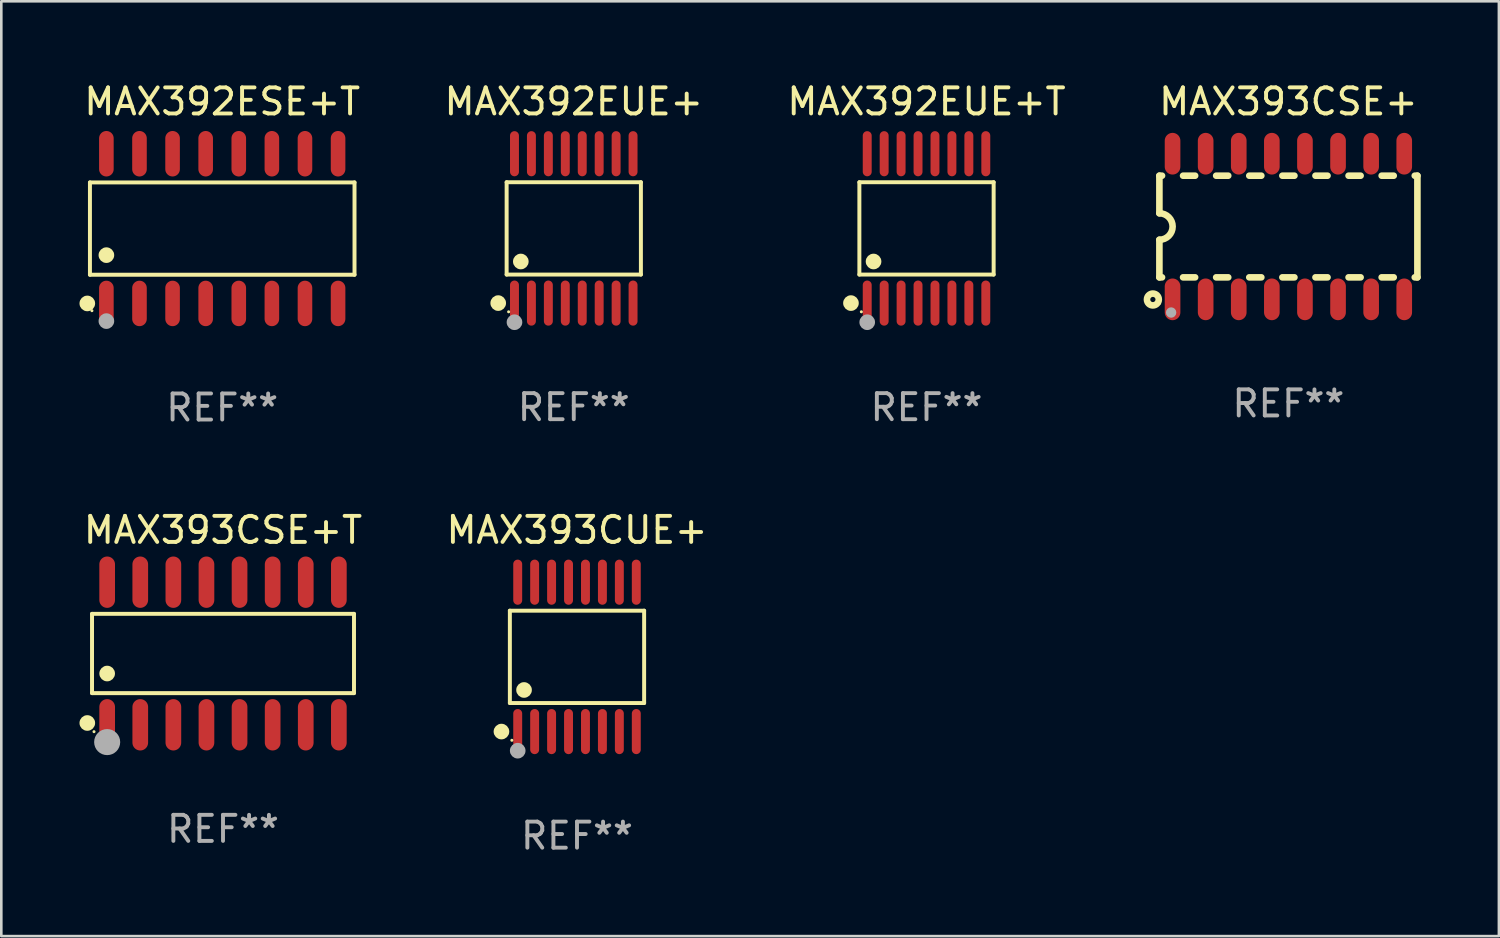
<source format=kicad_pcb>
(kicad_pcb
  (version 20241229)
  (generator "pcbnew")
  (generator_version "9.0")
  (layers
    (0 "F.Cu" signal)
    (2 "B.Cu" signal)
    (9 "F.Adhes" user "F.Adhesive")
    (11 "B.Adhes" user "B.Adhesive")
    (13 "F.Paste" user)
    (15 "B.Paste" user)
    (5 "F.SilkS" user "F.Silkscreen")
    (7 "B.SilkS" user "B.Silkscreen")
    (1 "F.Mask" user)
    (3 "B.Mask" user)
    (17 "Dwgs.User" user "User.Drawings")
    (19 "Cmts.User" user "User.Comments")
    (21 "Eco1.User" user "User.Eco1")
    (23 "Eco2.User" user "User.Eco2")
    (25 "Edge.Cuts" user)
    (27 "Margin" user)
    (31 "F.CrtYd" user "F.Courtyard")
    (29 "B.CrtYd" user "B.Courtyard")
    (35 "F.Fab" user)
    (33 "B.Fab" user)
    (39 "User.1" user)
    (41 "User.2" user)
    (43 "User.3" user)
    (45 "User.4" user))
  (footprint "MAX392ESE+T"
    (layer "F.Cu")
    (at 5.477 5.721)
    (property "Reference" "MAX392ESE+T" (at 0 -4.872 0) (layer "F.SilkS") (effects (font (size 1 1) (thickness 0.15))))
    (attr through_hole)
    (fp_line (start -5.076 -1.771) (end 5.076 -1.771) (stroke (width 0.152) (type solid)) (layer "F.SilkS"))
    (fp_line (start -5.076 1.771) (end -5.076 -1.771) (stroke (width 0.152) (type solid)) (layer "F.SilkS"))
    (fp_line (start 5.076 -1.771) (end 5.076 1.771) (stroke (width 0.152) (type solid)) (layer "F.SilkS"))
    (fp_line (start 5.076 1.771) (end -5.076 1.771) (stroke (width 0.152) (type solid)) (layer "F.SilkS"))
    (fp_circle (center -5.177 2.872) (end -5.027 2.872) (stroke (width 0.3) (type solid)) (fill no) (layer "F.SilkS"))
    (fp_circle (center -5 3.15) (end -4.97 3.15) (stroke (width 0.06) (type solid)) (fill no) (layer "F.SilkS"))
    (fp_circle (center -4.445 1.019) (end -4.295 1.019) (stroke (width 0.3) (type solid)) (fill no) (layer "F.SilkS"))
    (fp_circle (center -4.445 3.55) (end -4.295 3.55) (stroke (width 0.3) (type solid)) (fill no) (layer "F.Fab"))
    (fp_text user "REF**" (at 0 6.872 0) (layer "F.Fab") (effects (font (size 1 1) (thickness 0.15))))
    (pad "1" smd oval (at -4.445 2.872) (size 0.56 1.745) (layers "F.Cu" "F.Mask" "F.Paste"))
    (pad "2" smd oval (at -3.175 2.872) (size 0.56 1.745) (layers "F.Cu" "F.Mask" "F.Paste"))
    (pad "3" smd oval (at -1.905 2.872) (size 0.56 1.745) (layers "F.Cu" "F.Mask" "F.Paste"))
    (pad "4" smd oval (at -0.635 2.872) (size 0.56 1.745) (layers "F.Cu" "F.Mask" "F.Paste"))
    (pad "5" smd oval (at 0.635 2.872) (size 0.56 1.745) (layers "F.Cu" "F.Mask" "F.Paste"))
    (pad "6" smd oval (at 1.905 2.872) (size 0.56 1.745) (layers "F.Cu" "F.Mask" "F.Paste"))
    (pad "7" smd oval (at 3.175 2.872) (size 0.56 1.745) (layers "F.Cu" "F.Mask" "F.Paste"))
    (pad "8" smd oval (at 4.445 2.872) (size 0.56 1.745) (layers "F.Cu" "F.Mask" "F.Paste"))
    (pad "9" smd oval (at 4.445 -2.872) (size 0.56 1.745) (layers "F.Cu" "F.Mask" "F.Paste"))
    (pad "10" smd oval (at 3.175 -2.872) (size 0.56 1.745) (layers "F.Cu" "F.Mask" "F.Paste"))
    (pad "11" smd oval (at 1.905 -2.872) (size 0.56 1.745) (layers "F.Cu" "F.Mask" "F.Paste"))
    (pad "12" smd oval (at 0.635 -2.872) (size 0.56 1.745) (layers "F.Cu" "F.Mask" "F.Paste"))
    (pad "13" smd oval (at -0.635 -2.872) (size 0.56 1.745) (layers "F.Cu" "F.Mask" "F.Paste"))
    (pad "14" smd oval (at -1.905 -2.872) (size 0.56 1.745) (layers "F.Cu" "F.Mask" "F.Paste"))
    (pad "15" smd oval (at -3.175 -2.872) (size 0.56 1.745) (layers "F.Cu" "F.Mask" "F.Paste"))
    (pad "16" smd oval (at -4.445 -2.872) (size 0.56 1.745) (layers "F.Cu" "F.Mask" "F.Paste")))
  (footprint "MAX392EUE+T"
    (layer "F.Cu")
    (at 32.501 5.714)
    (property "Reference" "MAX392EUE+T" (at 0 -4.866 0) (layer "F.SilkS") (effects (font (size 1 1) (thickness 0.15))))
    (attr through_hole)
    (fp_line (start -2.576 -1.772) (end 2.576 -1.772) (stroke (width 0.152) (type solid)) (layer "F.SilkS"))
    (fp_line (start -2.576 1.771) (end -2.576 -1.772) (stroke (width 0.152) (type solid)) (layer "F.SilkS"))
    (fp_line (start 2.576 -1.772) (end 2.576 1.771) (stroke (width 0.152) (type solid)) (layer "F.SilkS"))
    (fp_line (start 2.576 1.771) (end -2.576 1.771) (stroke (width 0.152) (type solid)) (layer "F.SilkS"))
    (fp_circle (center -2.899 2.866) (end -2.749 2.866) (stroke (width 0.3) (type solid)) (fill no) (layer "F.SilkS"))
    (fp_circle (center -2.5 3.2) (end -2.47 3.2) (stroke (width 0.06) (type solid)) (fill no) (layer "F.SilkS"))
    (fp_circle (center -2.032 1.27) (end -1.882 1.27) (stroke (width 0.3) (type solid)) (fill no) (layer "F.SilkS"))
    (fp_circle (center -2.275 3.6) (end -2.125 3.6) (stroke (width 0.3) (type solid)) (fill no) (layer "F.Fab"))
    (fp_text user "REF**" (at 0 6.866 0) (layer "F.Fab") (effects (font (size 1 1) (thickness 0.15))))
    (pad "1" smd oval (at -2.275 2.866) (size 0.343 1.731) (layers "F.Cu" "F.Mask" "F.Paste"))
    (pad "2" smd oval (at -1.625 2.866) (size 0.343 1.731) (layers "F.Cu" "F.Mask" "F.Paste"))
    (pad "3" smd oval (at -0.975 2.866) (size 0.343 1.731) (layers "F.Cu" "F.Mask" "F.Paste"))
    (pad "4" smd oval (at -0.325 2.866) (size 0.343 1.731) (layers "F.Cu" "F.Mask" "F.Paste"))
    (pad "5" smd oval (at 0.325 2.866) (size 0.343 1.731) (layers "F.Cu" "F.Mask" "F.Paste"))
    (pad "6" smd oval (at 0.975 2.866) (size 0.343 1.731) (layers "F.Cu" "F.Mask" "F.Paste"))
    (pad "7" smd oval (at 1.625 2.866) (size 0.343 1.731) (layers "F.Cu" "F.Mask" "F.Paste"))
    (pad "8" smd oval (at 2.275 2.866) (size 0.343 1.731) (layers "F.Cu" "F.Mask" "F.Paste"))
    (pad "9" smd oval (at 2.275 -2.866) (size 0.343 1.731) (layers "F.Cu" "F.Mask" "F.Paste"))
    (pad "10" smd oval (at 1.625 -2.866) (size 0.343 1.731) (layers "F.Cu" "F.Mask" "F.Paste"))
    (pad "11" smd oval (at 0.975 -2.866) (size 0.343 1.731) (layers "F.Cu" "F.Mask" "F.Paste"))
    (pad "12" smd oval (at 0.325 -2.866) (size 0.343 1.731) (layers "F.Cu" "F.Mask" "F.Paste"))
    (pad "13" smd oval (at -0.325 -2.866) (size 0.343 1.731) (layers "F.Cu" "F.Mask" "F.Paste"))
    (pad "14" smd oval (at -0.975 -2.866) (size 0.343 1.731) (layers "F.Cu" "F.Mask" "F.Paste"))
    (pad "15" smd oval (at -1.625 -2.866) (size 0.343 1.731) (layers "F.Cu" "F.Mask" "F.Paste"))
    (pad "16" smd oval (at -2.275 -2.866) (size 0.343 1.731) (layers "F.Cu" "F.Mask" "F.Paste")))
  (footprint "MAX393CSE+T"
    (layer "F.Cu")
    (at 5.507 22.025)
    (property "Reference" "MAX393CSE+T" (at 0 -4.736 0) (layer "F.SilkS") (effects (font (size 1 1) (thickness 0.15))))
    (attr through_hole)
    (fp_line (start -5.026 -1.521) (end 5.026 -1.521) (stroke (width 0.152) (type solid)) (layer "F.SilkS"))
    (fp_line (start -5.026 1.521) (end -5.026 -1.521) (stroke (width 0.152) (type solid)) (layer "F.SilkS"))
    (fp_line (start 5.026 -1.521) (end 5.026 1.521) (stroke (width 0.152) (type solid)) (layer "F.SilkS"))
    (fp_line (start 5.026 1.521) (end -5.026 1.521) (stroke (width 0.152) (type solid)) (layer "F.SilkS"))
    (fp_circle (center -5.207 2.667) (end -5.057 2.667) (stroke (width 0.3) (type solid)) (fill no) (layer "F.SilkS"))
    (fp_circle (center -4.95 3) (end -4.92 3) (stroke (width 0.06) (type solid)) (fill no) (layer "F.SilkS"))
    (fp_circle (center -4.445 0.769) (end -4.295 0.769) (stroke (width 0.3) (type solid)) (fill no) (layer "F.SilkS"))
    (fp_circle (center -4.445 3.4) (end -4.195 3.4) (stroke (width 0.5) (type solid)) (fill no) (layer "F.Fab"))
    (fp_text user "REF**" (at 0 6.736 0) (layer "F.Fab") (effects (font (size 1 1) (thickness 0.15))))
    (pad "1" smd oval (at -4.445 2.736) (size 0.602 1.971) (layers "F.Cu" "F.Mask" "F.Paste"))
    (pad "2" smd oval (at -3.175 2.736) (size 0.602 1.971) (layers "F.Cu" "F.Mask" "F.Paste"))
    (pad "3" smd oval (at -1.905 2.736) (size 0.602 1.971) (layers "F.Cu" "F.Mask" "F.Paste"))
    (pad "4" smd oval (at -0.635 2.736) (size 0.602 1.971) (layers "F.Cu" "F.Mask" "F.Paste"))
    (pad "5" smd oval (at 0.635 2.736) (size 0.602 1.971) (layers "F.Cu" "F.Mask" "F.Paste"))
    (pad "6" smd oval (at 1.905 2.736) (size 0.602 1.971) (layers "F.Cu" "F.Mask" "F.Paste"))
    (pad "7" smd oval (at 3.175 2.736) (size 0.602 1.971) (layers "F.Cu" "F.Mask" "F.Paste"))
    (pad "8" smd oval (at 4.445 2.736) (size 0.602 1.971) (layers "F.Cu" "F.Mask" "F.Paste"))
    (pad "9" smd oval (at 4.445 -2.736) (size 0.602 1.971) (layers "F.Cu" "F.Mask" "F.Paste"))
    (pad "10" smd oval (at 3.175 -2.736) (size 0.602 1.971) (layers "F.Cu" "F.Mask" "F.Paste"))
    (pad "11" smd oval (at 1.905 -2.736) (size 0.602 1.971) (layers "F.Cu" "F.Mask" "F.Paste"))
    (pad "12" smd oval (at 0.635 -2.736) (size 0.602 1.971) (layers "F.Cu" "F.Mask" "F.Paste"))
    (pad "13" smd oval (at -0.635 -2.736) (size 0.602 1.971) (layers "F.Cu" "F.Mask" "F.Paste"))
    (pad "14" smd oval (at -1.905 -2.736) (size 0.602 1.971) (layers "F.Cu" "F.Mask" "F.Paste"))
    (pad "15" smd oval (at -3.175 -2.736) (size 0.602 1.971) (layers "F.Cu" "F.Mask" "F.Paste"))
    (pad "16" smd oval (at -4.445 -2.736) (size 0.602 1.971) (layers "F.Cu" "F.Mask" "F.Paste")))
  (footprint "MAX392EUE+"
    (layer "F.Cu")
    (at 18.966 5.714)
    (property "Reference" "MAX392EUE+" (at 0 -4.866 0) (layer "F.SilkS") (effects (font (size 1 1) (thickness 0.15))))
    (attr through_hole)
    (fp_line (start -2.576 -1.772) (end 2.576 -1.772) (stroke (width 0.152) (type solid)) (layer "F.SilkS"))
    (fp_line (start -2.576 1.771) (end -2.576 -1.772) (stroke (width 0.152) (type solid)) (layer "F.SilkS"))
    (fp_line (start 2.576 -1.772) (end 2.576 1.771) (stroke (width 0.152) (type solid)) (layer "F.SilkS"))
    (fp_line (start 2.576 1.771) (end -2.576 1.771) (stroke (width 0.152) (type solid)) (layer "F.SilkS"))
    (fp_circle (center -2.899 2.866) (end -2.749 2.866) (stroke (width 0.3) (type solid)) (fill no) (layer "F.SilkS"))
    (fp_circle (center -2.5 3.2) (end -2.47 3.2) (stroke (width 0.06) (type solid)) (fill no) (layer "F.SilkS"))
    (fp_circle (center -2.032 1.27) (end -1.882 1.27) (stroke (width 0.3) (type solid)) (fill no) (layer "F.SilkS"))
    (fp_circle (center -2.275 3.6) (end -2.125 3.6) (stroke (width 0.3) (type solid)) (fill no) (layer "F.Fab"))
    (fp_text user "REF**" (at 0 6.866 0) (layer "F.Fab") (effects (font (size 1 1) (thickness 0.15))))
    (pad "1" smd oval (at -2.275 2.866) (size 0.343 1.731) (layers "F.Cu" "F.Mask" "F.Paste"))
    (pad "2" smd oval (at -1.625 2.866) (size 0.343 1.731) (layers "F.Cu" "F.Mask" "F.Paste"))
    (pad "3" smd oval (at -0.975 2.866) (size 0.343 1.731) (layers "F.Cu" "F.Mask" "F.Paste"))
    (pad "4" smd oval (at -0.325 2.866) (size 0.343 1.731) (layers "F.Cu" "F.Mask" "F.Paste"))
    (pad "5" smd oval (at 0.325 2.866) (size 0.343 1.731) (layers "F.Cu" "F.Mask" "F.Paste"))
    (pad "6" smd oval (at 0.975 2.866) (size 0.343 1.731) (layers "F.Cu" "F.Mask" "F.Paste"))
    (pad "7" smd oval (at 1.625 2.866) (size 0.343 1.731) (layers "F.Cu" "F.Mask" "F.Paste"))
    (pad "8" smd oval (at 2.275 2.866) (size 0.343 1.731) (layers "F.Cu" "F.Mask" "F.Paste"))
    (pad "9" smd oval (at 2.275 -2.866) (size 0.343 1.731) (layers "F.Cu" "F.Mask" "F.Paste"))
    (pad "10" smd oval (at 1.625 -2.866) (size 0.343 1.731) (layers "F.Cu" "F.Mask" "F.Paste"))
    (pad "11" smd oval (at 0.975 -2.866) (size 0.343 1.731) (layers "F.Cu" "F.Mask" "F.Paste"))
    (pad "12" smd oval (at 0.325 -2.866) (size 0.343 1.731) (layers "F.Cu" "F.Mask" "F.Paste"))
    (pad "13" smd oval (at -0.325 -2.866) (size 0.343 1.731) (layers "F.Cu" "F.Mask" "F.Paste"))
    (pad "14" smd oval (at -0.975 -2.866) (size 0.343 1.731) (layers "F.Cu" "F.Mask" "F.Paste"))
    (pad "15" smd oval (at -1.625 -2.866) (size 0.343 1.731) (layers "F.Cu" "F.Mask" "F.Paste"))
    (pad "16" smd oval (at -2.275 -2.866) (size 0.343 1.731) (layers "F.Cu" "F.Mask" "F.Paste")))
  (footprint "MAX393CSE+"
    (layer "F.Cu")
    (at 46.387 5.642)
    (property "Reference" "MAX393CSE+" (at 0 -4.794 0) (layer "F.SilkS") (effects (font (size 1 1) (thickness 0.15))))
    (attr through_hole)
    (fp_line (start -4.95 -1.95) (end -4.95 -0.508) (stroke (width 0.254) (type solid)) (layer "F.SilkS"))
    (fp_line (start -4.95 -1.95) (end -4.849 -1.95) (stroke (width 0.254) (type solid)) (layer "F.SilkS"))
    (fp_line (start -4.95 1.95) (end -4.95 0.508) (stroke (width 0.254) (type solid)) (layer "F.SilkS"))
    (fp_line (start -4.95 1.95) (end -4.849 1.95) (stroke (width 0.254) (type solid)) (layer "F.SilkS"))
    (fp_line (start -4.041 -1.95) (end -3.579 -1.95) (stroke (width 0.254) (type solid)) (layer "F.SilkS"))
    (fp_line (start -4.041 1.95) (end -3.579 1.95) (stroke (width 0.254) (type solid)) (layer "F.SilkS"))
    (fp_line (start -2.771 -1.95) (end -2.309 -1.95) (stroke (width 0.254) (type solid)) (layer "F.SilkS"))
    (fp_line (start -2.771 1.95) (end -2.309 1.95) (stroke (width 0.254) (type solid)) (layer "F.SilkS"))
    (fp_line (start -1.501 -1.95) (end -1.039 -1.95) (stroke (width 0.254) (type solid)) (layer "F.SilkS"))
    (fp_line (start -1.501 1.95) (end -1.039 1.95) (stroke (width 0.254) (type solid)) (layer "F.SilkS"))
    (fp_line (start -0.231 -1.95) (end 0.231 -1.95) (stroke (width 0.254) (type solid)) (layer "F.SilkS"))
    (fp_line (start -0.231 1.95) (end 0.231 1.95) (stroke (width 0.254) (type solid)) (layer "F.SilkS"))
    (fp_line (start 1.039 -1.95) (end 1.501 -1.95) (stroke (width 0.254) (type solid)) (layer "F.SilkS"))
    (fp_line (start 1.039 1.95) (end 1.501 1.95) (stroke (width 0.254) (type solid)) (layer "F.SilkS"))
    (fp_line (start 2.309 -1.95) (end 2.771 -1.95) (stroke (width 0.254) (type solid)) (layer "F.SilkS"))
    (fp_line (start 2.309 1.95) (end 2.771 1.95) (stroke (width 0.254) (type solid)) (layer "F.SilkS"))
    (fp_line (start 3.579 -1.95) (end 4.041 -1.95) (stroke (width 0.254) (type solid)) (layer "F.SilkS"))
    (fp_line (start 3.579 1.95) (end 4.041 1.95) (stroke (width 0.254) (type solid)) (layer "F.SilkS"))
    (fp_line (start 4.849 -1.95) (end 4.95 -1.95) (stroke (width 0.254) (type solid)) (layer "F.SilkS"))
    (fp_line (start 4.849 1.95) (end 4.95 1.95) (stroke (width 0.254) (type solid)) (layer "F.SilkS"))
    (fp_line (start 4.95 -1.95) (end 4.95 1.95) (stroke (width 0.254) (type solid)) (layer "F.SilkS"))
    (fp_arc (start -4.95047 -0.508001) (mid -4.442469 -0.000228) (end -4.950013 0.508001) (stroke (width 0.254001) (type solid)) (layer "F.SilkS"))
    (fp_circle (center -5.2 2.8) (end -5.1 2.8) (stroke (width 0.254) (type solid)) (fill no) (layer "F.SilkS"))
    (fp_circle (center -4.95 2.947) (end -4.92 2.947) (stroke (width 0.06) (type solid)) (fill no) (layer "F.SilkS"))
    (fp_circle (center -4.5 3.3) (end -4.4 3.3) (stroke (width 0.2) (type solid)) (fill no) (layer "F.Fab"))
    (fp_text user "REF**" (at 0 6.794 0) (layer "F.Fab") (effects (font (size 1 1) (thickness 0.15))))
    (pad "1" smd oval (at -4.445 2.794) (size 0.6 1.6) (layers "F.Cu" "F.Mask" "F.Paste"))
    (pad "2" smd oval (at -3.175 2.794) (size 0.6 1.6) (layers "F.Cu" "F.Mask" "F.Paste"))
    (pad "3" smd oval (at -1.905 2.794) (size 0.6 1.6) (layers "F.Cu" "F.Mask" "F.Paste"))
    (pad "4" smd oval (at -0.635 2.794) (size 0.6 1.6) (layers "F.Cu" "F.Mask" "F.Paste"))
    (pad "5" smd oval (at 0.635 2.794) (size 0.6 1.6) (layers "F.Cu" "F.Mask" "F.Paste"))
    (pad "6" smd oval (at 1.905 2.794) (size 0.6 1.6) (layers "F.Cu" "F.Mask" "F.Paste"))
    (pad "7" smd oval (at 3.175 2.794) (size 0.6 1.6) (layers "F.Cu" "F.Mask" "F.Paste"))
    (pad "8" smd oval (at 4.445 2.794) (size 0.6 1.6) (layers "F.Cu" "F.Mask" "F.Paste"))
    (pad "9" smd oval (at 4.445 -2.794) (size 0.6 1.6) (layers "F.Cu" "F.Mask" "F.Paste"))
    (pad "10" smd oval (at 3.175 -2.794) (size 0.6 1.6) (layers "F.Cu" "F.Mask" "F.Paste"))
    (pad "11" smd oval (at 1.905 -2.794) (size 0.6 1.6) (layers "F.Cu" "F.Mask" "F.Paste"))
    (pad "12" smd oval (at 0.635 -2.794) (size 0.6 1.6) (layers "F.Cu" "F.Mask" "F.Paste"))
    (pad "13" smd oval (at -0.635 -2.794) (size 0.6 1.6) (layers "F.Cu" "F.Mask" "F.Paste"))
    (pad "14" smd oval (at -1.905 -2.794) (size 0.6 1.6) (layers "F.Cu" "F.Mask" "F.Paste"))
    (pad "15" smd oval (at -3.175 -2.794) (size 0.6 1.6) (layers "F.Cu" "F.Mask" "F.Paste"))
    (pad "16" smd oval (at -4.445 -2.794) (size 0.6 1.6) (layers "F.Cu" "F.Mask" "F.Paste")))
  (footprint "MAX393CUE+"
    (layer "F.Cu")
    (at 19.09 22.155)
    (property "Reference" "MAX393CUE+" (at 0 -4.866 0) (layer "F.SilkS") (effects (font (size 1 1) (thickness 0.15))))
    (attr through_hole)
    (fp_line (start -2.576 -1.772) (end 2.576 -1.772) (stroke (width 0.152) (type solid)) (layer "F.SilkS"))
    (fp_line (start -2.576 1.771) (end -2.576 -1.772) (stroke (width 0.152) (type solid)) (layer "F.SilkS"))
    (fp_line (start 2.576 -1.772) (end 2.576 1.771) (stroke (width 0.152) (type solid)) (layer "F.SilkS"))
    (fp_line (start 2.576 1.771) (end -2.576 1.771) (stroke (width 0.152) (type solid)) (layer "F.SilkS"))
    (fp_circle (center -2.899 2.866) (end -2.749 2.866) (stroke (width 0.3) (type solid)) (fill no) (layer "F.SilkS"))
    (fp_circle (center -2.5 3.2) (end -2.47 3.2) (stroke (width 0.06) (type solid)) (fill no) (layer "F.SilkS"))
    (fp_circle (center -2.032 1.27) (end -1.882 1.27) (stroke (width 0.3) (type solid)) (fill no) (layer "F.SilkS"))
    (fp_circle (center -2.275 3.6) (end -2.125 3.6) (stroke (width 0.3) (type solid)) (fill no) (layer "F.Fab"))
    (fp_text user "REF**" (at 0 6.866 0) (layer "F.Fab") (effects (font (size 1 1) (thickness 0.15))))
    (pad "1" smd oval (at -2.275 2.866) (size 0.343 1.731) (layers "F.Cu" "F.Mask" "F.Paste"))
    (pad "2" smd oval (at -1.625 2.866) (size 0.343 1.731) (layers "F.Cu" "F.Mask" "F.Paste"))
    (pad "3" smd oval (at -0.975 2.866) (size 0.343 1.731) (layers "F.Cu" "F.Mask" "F.Paste"))
    (pad "4" smd oval (at -0.325 2.866) (size 0.343 1.731) (layers "F.Cu" "F.Mask" "F.Paste"))
    (pad "5" smd oval (at 0.325 2.866) (size 0.343 1.731) (layers "F.Cu" "F.Mask" "F.Paste"))
    (pad "6" smd oval (at 0.975 2.866) (size 0.343 1.731) (layers "F.Cu" "F.Mask" "F.Paste"))
    (pad "7" smd oval (at 1.625 2.866) (size 0.343 1.731) (layers "F.Cu" "F.Mask" "F.Paste"))
    (pad "8" smd oval (at 2.275 2.866) (size 0.343 1.731) (layers "F.Cu" "F.Mask" "F.Paste"))
    (pad "9" smd oval (at 2.275 -2.866) (size 0.343 1.731) (layers "F.Cu" "F.Mask" "F.Paste"))
    (pad "10" smd oval (at 1.625 -2.866) (size 0.343 1.731) (layers "F.Cu" "F.Mask" "F.Paste"))
    (pad "11" smd oval (at 0.975 -2.866) (size 0.343 1.731) (layers "F.Cu" "F.Mask" "F.Paste"))
    (pad "12" smd oval (at 0.325 -2.866) (size 0.343 1.731) (layers "F.Cu" "F.Mask" "F.Paste"))
    (pad "13" smd oval (at -0.325 -2.866) (size 0.343 1.731) (layers "F.Cu" "F.Mask" "F.Paste"))
    (pad "14" smd oval (at -0.975 -2.866) (size 0.343 1.731) (layers "F.Cu" "F.Mask" "F.Paste"))
    (pad "15" smd oval (at -1.625 -2.866) (size 0.343 1.731) (layers "F.Cu" "F.Mask" "F.Paste"))
    (pad "16" smd oval (at -2.275 -2.866) (size 0.343 1.731) (layers "F.Cu" "F.Mask" "F.Paste")))
  (gr_rect
    (start -3 -3)
    (end 54.464 32.87)
    (stroke (width 0.1) (type default))
    (fill no)
    (layer "Edge.Cuts")))
</source>
